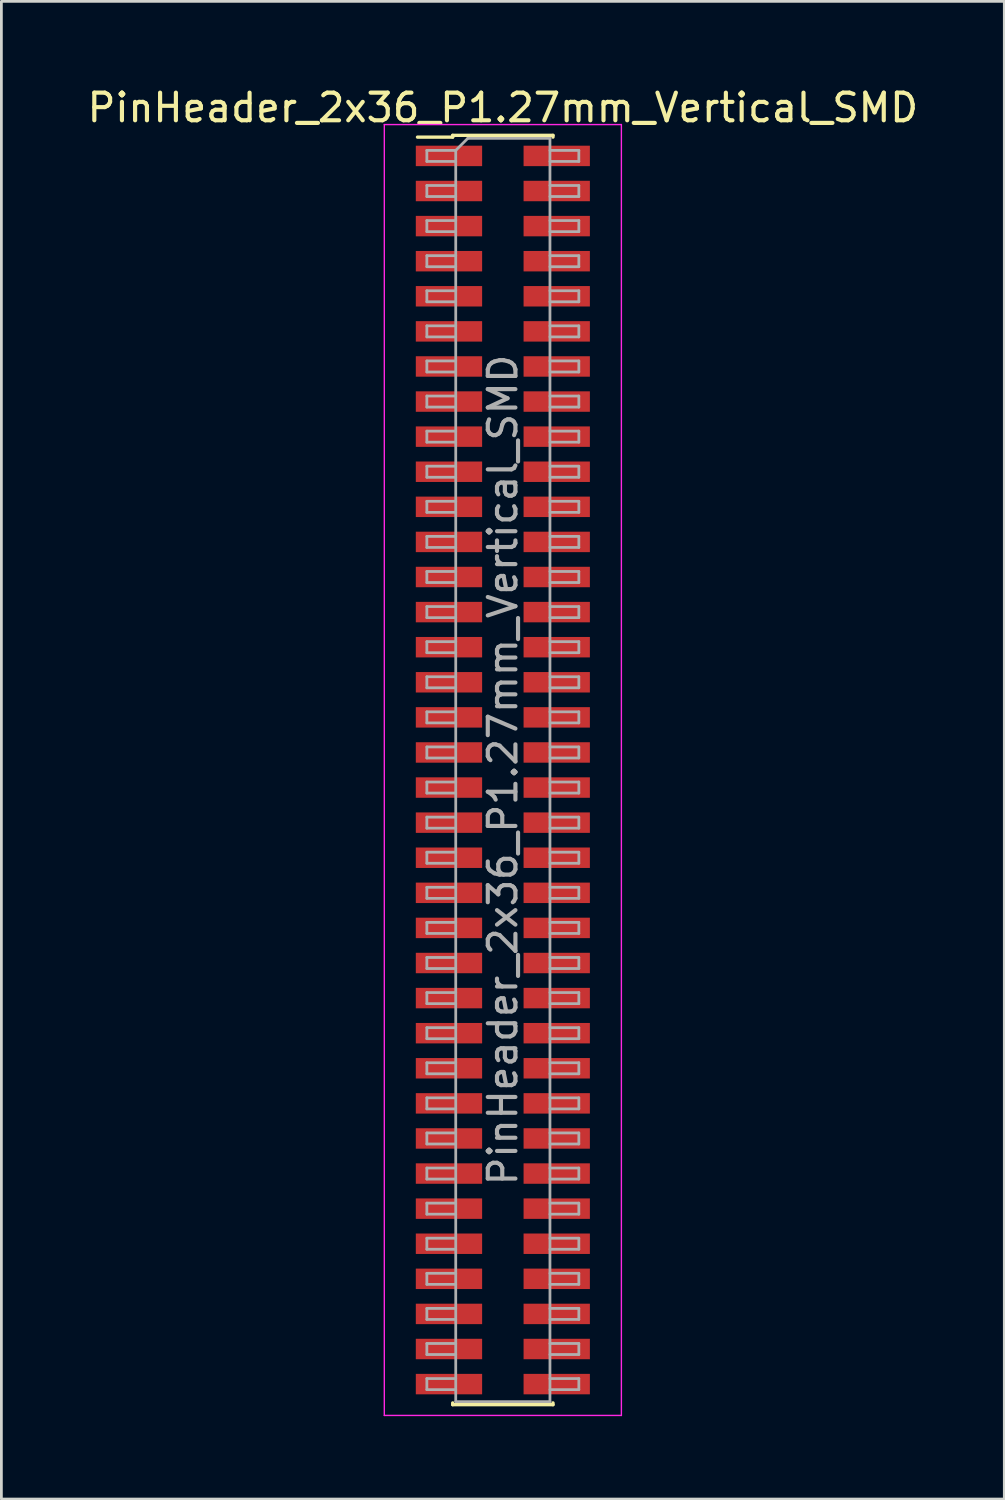
<source format=kicad_pcb>
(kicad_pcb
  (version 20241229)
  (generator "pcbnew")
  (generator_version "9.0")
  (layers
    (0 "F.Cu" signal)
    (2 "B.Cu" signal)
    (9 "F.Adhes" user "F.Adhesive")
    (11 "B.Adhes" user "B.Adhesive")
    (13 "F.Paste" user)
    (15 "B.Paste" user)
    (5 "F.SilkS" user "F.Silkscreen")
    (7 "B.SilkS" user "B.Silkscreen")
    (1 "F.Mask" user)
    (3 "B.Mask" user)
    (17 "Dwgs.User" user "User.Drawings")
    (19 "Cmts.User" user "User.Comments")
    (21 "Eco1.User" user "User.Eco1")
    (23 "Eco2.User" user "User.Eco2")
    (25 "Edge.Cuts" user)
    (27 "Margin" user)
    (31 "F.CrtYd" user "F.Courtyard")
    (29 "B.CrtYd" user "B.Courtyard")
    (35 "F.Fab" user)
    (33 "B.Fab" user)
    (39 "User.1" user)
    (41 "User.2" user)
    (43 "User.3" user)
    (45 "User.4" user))
  (footprint "PinHeader_2x36_P1.27mm_Vertical_SMD"
    (layer "F.Cu")
    (at 15.149 24.818)
    (property "Reference" "PinHeader_2x36_P1.27mm_Vertical_SMD" (at 0 -23.97 0) (layer "F.SilkS") (effects (font (size 1 1) (thickness 0.15))))
    (attr smd)
    (fp_line (start -3.09 -22.905) (end -1.815 -22.905) (stroke (width 0.12) (type solid)) (layer "F.SilkS"))
    (fp_line (start -1.815 -22.97) (end -1.815 -22.905) (stroke (width 0.12) (type solid)) (layer "F.SilkS"))
    (fp_line (start -1.815 -22.97) (end 1.815 -22.97) (stroke (width 0.12) (type solid)) (layer "F.SilkS"))
    (fp_line (start -1.815 22.905) (end -1.815 22.97) (stroke (width 0.12) (type solid)) (layer "F.SilkS"))
    (fp_line (start -1.815 22.97) (end 1.815 22.97) (stroke (width 0.12) (type solid)) (layer "F.SilkS"))
    (fp_line (start 1.815 -22.97) (end 1.815 -22.905) (stroke (width 0.12) (type solid)) (layer "F.SilkS"))
    (fp_line (start 1.815 22.905) (end 1.815 22.97) (stroke (width 0.12) (type solid)) (layer "F.SilkS"))
    (fp_line (start -4.29 -23.36) (end -4.29 23.36) (stroke (width 0.05) (type solid)) (layer "F.CrtYd"))
    (fp_line (start -4.29 23.36) (end 4.29 23.36) (stroke (width 0.05) (type solid)) (layer "F.CrtYd"))
    (fp_line (start 4.29 -23.36) (end -4.29 -23.36) (stroke (width 0.05) (type solid)) (layer "F.CrtYd"))
    (fp_line (start 4.29 23.36) (end 4.29 -23.36) (stroke (width 0.05) (type solid)) (layer "F.CrtYd"))
    (fp_line (start -2.75 -22.425) (end -2.75 -22.025) (stroke (width 0.1) (type solid)) (layer "F.Fab"))
    (fp_line (start -2.75 -22.025) (end -1.705 -22.025) (stroke (width 0.1) (type solid)) (layer "F.Fab"))
    (fp_line (start -2.75 -21.155) (end -2.75 -20.755) (stroke (width 0.1) (type solid)) (layer "F.Fab"))
    (fp_line (start -2.75 -20.755) (end -1.705 -20.755) (stroke (width 0.1) (type solid)) (layer "F.Fab"))
    (fp_line (start -2.75 -19.885) (end -2.75 -19.485) (stroke (width 0.1) (type solid)) (layer "F.Fab"))
    (fp_line (start -2.75 -19.485) (end -1.705 -19.485) (stroke (width 0.1) (type solid)) (layer "F.Fab"))
    (fp_line (start -2.75 -18.615) (end -2.75 -18.215) (stroke (width 0.1) (type solid)) (layer "F.Fab"))
    (fp_line (start -2.75 -18.215) (end -1.705 -18.215) (stroke (width 0.1) (type solid)) (layer "F.Fab"))
    (fp_line (start -2.75 -17.345) (end -2.75 -16.945) (stroke (width 0.1) (type solid)) (layer "F.Fab"))
    (fp_line (start -2.75 -16.945) (end -1.705 -16.945) (stroke (width 0.1) (type solid)) (layer "F.Fab"))
    (fp_line (start -2.75 -16.075) (end -2.75 -15.675) (stroke (width 0.1) (type solid)) (layer "F.Fab"))
    (fp_line (start -2.75 -15.675) (end -1.705 -15.675) (stroke (width 0.1) (type solid)) (layer "F.Fab"))
    (fp_line (start -2.75 -14.805) (end -2.75 -14.405) (stroke (width 0.1) (type solid)) (layer "F.Fab"))
    (fp_line (start -2.75 -14.405) (end -1.705 -14.405) (stroke (width 0.1) (type solid)) (layer "F.Fab"))
    (fp_line (start -2.75 -13.535) (end -2.75 -13.135) (stroke (width 0.1) (type solid)) (layer "F.Fab"))
    (fp_line (start -2.75 -13.135) (end -1.705 -13.135) (stroke (width 0.1) (type solid)) (layer "F.Fab"))
    (fp_line (start -2.75 -12.265) (end -2.75 -11.865) (stroke (width 0.1) (type solid)) (layer "F.Fab"))
    (fp_line (start -2.75 -11.865) (end -1.705 -11.865) (stroke (width 0.1) (type solid)) (layer "F.Fab"))
    (fp_line (start -2.75 -10.995) (end -2.75 -10.595) (stroke (width 0.1) (type solid)) (layer "F.Fab"))
    (fp_line (start -2.75 -10.595) (end -1.705 -10.595) (stroke (width 0.1) (type solid)) (layer "F.Fab"))
    (fp_line (start -2.75 -9.725) (end -2.75 -9.325) (stroke (width 0.1) (type solid)) (layer "F.Fab"))
    (fp_line (start -2.75 -9.325) (end -1.705 -9.325) (stroke (width 0.1) (type solid)) (layer "F.Fab"))
    (fp_line (start -2.75 -8.455) (end -2.75 -8.055) (stroke (width 0.1) (type solid)) (layer "F.Fab"))
    (fp_line (start -2.75 -8.055) (end -1.705 -8.055) (stroke (width 0.1) (type solid)) (layer "F.Fab"))
    (fp_line (start -2.75 -7.185) (end -2.75 -6.785) (stroke (width 0.1) (type solid)) (layer "F.Fab"))
    (fp_line (start -2.75 -6.785) (end -1.705 -6.785) (stroke (width 0.1) (type solid)) (layer "F.Fab"))
    (fp_line (start -2.75 -5.915) (end -2.75 -5.515) (stroke (width 0.1) (type solid)) (layer "F.Fab"))
    (fp_line (start -2.75 -5.515) (end -1.705 -5.515) (stroke (width 0.1) (type solid)) (layer "F.Fab"))
    (fp_line (start -2.75 -4.645) (end -2.75 -4.245) (stroke (width 0.1) (type solid)) (layer "F.Fab"))
    (fp_line (start -2.75 -4.245) (end -1.705 -4.245) (stroke (width 0.1) (type solid)) (layer "F.Fab"))
    (fp_line (start -2.75 -3.375) (end -2.75 -2.975) (stroke (width 0.1) (type solid)) (layer "F.Fab"))
    (fp_line (start -2.75 -2.975) (end -1.705 -2.975) (stroke (width 0.1) (type solid)) (layer "F.Fab"))
    (fp_line (start -2.75 -2.105) (end -2.75 -1.705) (stroke (width 0.1) (type solid)) (layer "F.Fab"))
    (fp_line (start -2.75 -1.705) (end -1.705 -1.705) (stroke (width 0.1) (type solid)) (layer "F.Fab"))
    (fp_line (start -2.75 -0.835) (end -2.75 -0.435) (stroke (width 0.1) (type solid)) (layer "F.Fab"))
    (fp_line (start -2.75 -0.435) (end -1.705 -0.435) (stroke (width 0.1) (type solid)) (layer "F.Fab"))
    (fp_line (start -2.75 0.435) (end -2.75 0.835) (stroke (width 0.1) (type solid)) (layer "F.Fab"))
    (fp_line (start -2.75 0.835) (end -1.705 0.835) (stroke (width 0.1) (type solid)) (layer "F.Fab"))
    (fp_line (start -2.75 1.705) (end -2.75 2.105) (stroke (width 0.1) (type solid)) (layer "F.Fab"))
    (fp_line (start -2.75 2.105) (end -1.705 2.105) (stroke (width 0.1) (type solid)) (layer "F.Fab"))
    (fp_line (start -2.75 2.975) (end -2.75 3.375) (stroke (width 0.1) (type solid)) (layer "F.Fab"))
    (fp_line (start -2.75 3.375) (end -1.705 3.375) (stroke (width 0.1) (type solid)) (layer "F.Fab"))
    (fp_line (start -2.75 4.245) (end -2.75 4.645) (stroke (width 0.1) (type solid)) (layer "F.Fab"))
    (fp_line (start -2.75 4.645) (end -1.705 4.645) (stroke (width 0.1) (type solid)) (layer "F.Fab"))
    (fp_line (start -2.75 5.515) (end -2.75 5.915) (stroke (width 0.1) (type solid)) (layer "F.Fab"))
    (fp_line (start -2.75 5.915) (end -1.705 5.915) (stroke (width 0.1) (type solid)) (layer "F.Fab"))
    (fp_line (start -2.75 6.785) (end -2.75 7.185) (stroke (width 0.1) (type solid)) (layer "F.Fab"))
    (fp_line (start -2.75 7.185) (end -1.705 7.185) (stroke (width 0.1) (type solid)) (layer "F.Fab"))
    (fp_line (start -2.75 8.055) (end -2.75 8.455) (stroke (width 0.1) (type solid)) (layer "F.Fab"))
    (fp_line (start -2.75 8.455) (end -1.705 8.455) (stroke (width 0.1) (type solid)) (layer "F.Fab"))
    (fp_line (start -2.75 9.325) (end -2.75 9.725) (stroke (width 0.1) (type solid)) (layer "F.Fab"))
    (fp_line (start -2.75 9.725) (end -1.705 9.725) (stroke (width 0.1) (type solid)) (layer "F.Fab"))
    (fp_line (start -2.75 10.595) (end -2.75 10.995) (stroke (width 0.1) (type solid)) (layer "F.Fab"))
    (fp_line (start -2.75 10.995) (end -1.705 10.995) (stroke (width 0.1) (type solid)) (layer "F.Fab"))
    (fp_line (start -2.75 11.865) (end -2.75 12.265) (stroke (width 0.1) (type solid)) (layer "F.Fab"))
    (fp_line (start -2.75 12.265) (end -1.705 12.265) (stroke (width 0.1) (type solid)) (layer "F.Fab"))
    (fp_line (start -2.75 13.135) (end -2.75 13.535) (stroke (width 0.1) (type solid)) (layer "F.Fab"))
    (fp_line (start -2.75 13.535) (end -1.705 13.535) (stroke (width 0.1) (type solid)) (layer "F.Fab"))
    (fp_line (start -2.75 14.405) (end -2.75 14.805) (stroke (width 0.1) (type solid)) (layer "F.Fab"))
    (fp_line (start -2.75 14.805) (end -1.705 14.805) (stroke (width 0.1) (type solid)) (layer "F.Fab"))
    (fp_line (start -2.75 15.675) (end -2.75 16.075) (stroke (width 0.1) (type solid)) (layer "F.Fab"))
    (fp_line (start -2.75 16.075) (end -1.705 16.075) (stroke (width 0.1) (type solid)) (layer "F.Fab"))
    (fp_line (start -2.75 16.945) (end -2.75 17.345) (stroke (width 0.1) (type solid)) (layer "F.Fab"))
    (fp_line (start -2.75 17.345) (end -1.705 17.345) (stroke (width 0.1) (type solid)) (layer "F.Fab"))
    (fp_line (start -2.75 18.215) (end -2.75 18.615) (stroke (width 0.1) (type solid)) (layer "F.Fab"))
    (fp_line (start -2.75 18.615) (end -1.705 18.615) (stroke (width 0.1) (type solid)) (layer "F.Fab"))
    (fp_line (start -2.75 19.485) (end -2.75 19.885) (stroke (width 0.1) (type solid)) (layer "F.Fab"))
    (fp_line (start -2.75 19.885) (end -1.705 19.885) (stroke (width 0.1) (type solid)) (layer "F.Fab"))
    (fp_line (start -2.75 20.755) (end -2.75 21.155) (stroke (width 0.1) (type solid)) (layer "F.Fab"))
    (fp_line (start -2.75 21.155) (end -1.705 21.155) (stroke (width 0.1) (type solid)) (layer "F.Fab"))
    (fp_line (start -2.75 22.025) (end -2.75 22.425) (stroke (width 0.1) (type solid)) (layer "F.Fab"))
    (fp_line (start -2.75 22.425) (end -1.705 22.425) (stroke (width 0.1) (type solid)) (layer "F.Fab"))
    (fp_line (start -1.705 -22.425) (end -2.75 -22.425) (stroke (width 0.1) (type solid)) (layer "F.Fab"))
    (fp_line (start -1.705 -22.425) (end -1.27 -22.86) (stroke (width 0.1) (type solid)) (layer "F.Fab"))
    (fp_line (start -1.705 -21.155) (end -2.75 -21.155) (stroke (width 0.1) (type solid)) (layer "F.Fab"))
    (fp_line (start -1.705 -19.885) (end -2.75 -19.885) (stroke (width 0.1) (type solid)) (layer "F.Fab"))
    (fp_line (start -1.705 -18.615) (end -2.75 -18.615) (stroke (width 0.1) (type solid)) (layer "F.Fab"))
    (fp_line (start -1.705 -17.345) (end -2.75 -17.345) (stroke (width 0.1) (type solid)) (layer "F.Fab"))
    (fp_line (start -1.705 -16.075) (end -2.75 -16.075) (stroke (width 0.1) (type solid)) (layer "F.Fab"))
    (fp_line (start -1.705 -14.805) (end -2.75 -14.805) (stroke (width 0.1) (type solid)) (layer "F.Fab"))
    (fp_line (start -1.705 -13.535) (end -2.75 -13.535) (stroke (width 0.1) (type solid)) (layer "F.Fab"))
    (fp_line (start -1.705 -12.265) (end -2.75 -12.265) (stroke (width 0.1) (type solid)) (layer "F.Fab"))
    (fp_line (start -1.705 -10.995) (end -2.75 -10.995) (stroke (width 0.1) (type solid)) (layer "F.Fab"))
    (fp_line (start -1.705 -9.725) (end -2.75 -9.725) (stroke (width 0.1) (type solid)) (layer "F.Fab"))
    (fp_line (start -1.705 -8.455) (end -2.75 -8.455) (stroke (width 0.1) (type solid)) (layer "F.Fab"))
    (fp_line (start -1.705 -7.185) (end -2.75 -7.185) (stroke (width 0.1) (type solid)) (layer "F.Fab"))
    (fp_line (start -1.705 -5.915) (end -2.75 -5.915) (stroke (width 0.1) (type solid)) (layer "F.Fab"))
    (fp_line (start -1.705 -4.645) (end -2.75 -4.645) (stroke (width 0.1) (type solid)) (layer "F.Fab"))
    (fp_line (start -1.705 -3.375) (end -2.75 -3.375) (stroke (width 0.1) (type solid)) (layer "F.Fab"))
    (fp_line (start -1.705 -2.105) (end -2.75 -2.105) (stroke (width 0.1) (type solid)) (layer "F.Fab"))
    (fp_line (start -1.705 -0.835) (end -2.75 -0.835) (stroke (width 0.1) (type solid)) (layer "F.Fab"))
    (fp_line (start -1.705 0.435) (end -2.75 0.435) (stroke (width 0.1) (type solid)) (layer "F.Fab"))
    (fp_line (start -1.705 1.705) (end -2.75 1.705) (stroke (width 0.1) (type solid)) (layer "F.Fab"))
    (fp_line (start -1.705 2.975) (end -2.75 2.975) (stroke (width 0.1) (type solid)) (layer "F.Fab"))
    (fp_line (start -1.705 4.245) (end -2.75 4.245) (stroke (width 0.1) (type solid)) (layer "F.Fab"))
    (fp_line (start -1.705 5.515) (end -2.75 5.515) (stroke (width 0.1) (type solid)) (layer "F.Fab"))
    (fp_line (start -1.705 6.785) (end -2.75 6.785) (stroke (width 0.1) (type solid)) (layer "F.Fab"))
    (fp_line (start -1.705 8.055) (end -2.75 8.055) (stroke (width 0.1) (type solid)) (layer "F.Fab"))
    (fp_line (start -1.705 9.325) (end -2.75 9.325) (stroke (width 0.1) (type solid)) (layer "F.Fab"))
    (fp_line (start -1.705 10.595) (end -2.75 10.595) (stroke (width 0.1) (type solid)) (layer "F.Fab"))
    (fp_line (start -1.705 11.865) (end -2.75 11.865) (stroke (width 0.1) (type solid)) (layer "F.Fab"))
    (fp_line (start -1.705 13.135) (end -2.75 13.135) (stroke (width 0.1) (type solid)) (layer "F.Fab"))
    (fp_line (start -1.705 14.405) (end -2.75 14.405) (stroke (width 0.1) (type solid)) (layer "F.Fab"))
    (fp_line (start -1.705 15.675) (end -2.75 15.675) (stroke (width 0.1) (type solid)) (layer "F.Fab"))
    (fp_line (start -1.705 16.945) (end -2.75 16.945) (stroke (width 0.1) (type solid)) (layer "F.Fab"))
    (fp_line (start -1.705 18.215) (end -2.75 18.215) (stroke (width 0.1) (type solid)) (layer "F.Fab"))
    (fp_line (start -1.705 19.485) (end -2.75 19.485) (stroke (width 0.1) (type solid)) (layer "F.Fab"))
    (fp_line (start -1.705 20.755) (end -2.75 20.755) (stroke (width 0.1) (type solid)) (layer "F.Fab"))
    (fp_line (start -1.705 22.025) (end -2.75 22.025) (stroke (width 0.1) (type solid)) (layer "F.Fab"))
    (fp_line (start -1.705 22.86) (end -1.705 -22.425) (stroke (width 0.1) (type solid)) (layer "F.Fab"))
    (fp_line (start -1.27 -22.86) (end 1.705 -22.86) (stroke (width 0.1) (type solid)) (layer "F.Fab"))
    (fp_line (start 1.705 -22.86) (end 1.705 22.86) (stroke (width 0.1) (type solid)) (layer "F.Fab"))
    (fp_line (start 1.705 -22.425) (end 2.75 -22.425) (stroke (width 0.1) (type solid)) (layer "F.Fab"))
    (fp_line (start 1.705 -21.155) (end 2.75 -21.155) (stroke (width 0.1) (type solid)) (layer "F.Fab"))
    (fp_line (start 1.705 -19.885) (end 2.75 -19.885) (stroke (width 0.1) (type solid)) (layer "F.Fab"))
    (fp_line (start 1.705 -18.615) (end 2.75 -18.615) (stroke (width 0.1) (type solid)) (layer "F.Fab"))
    (fp_line (start 1.705 -17.345) (end 2.75 -17.345) (stroke (width 0.1) (type solid)) (layer "F.Fab"))
    (fp_line (start 1.705 -16.075) (end 2.75 -16.075) (stroke (width 0.1) (type solid)) (layer "F.Fab"))
    (fp_line (start 1.705 -14.805) (end 2.75 -14.805) (stroke (width 0.1) (type solid)) (layer "F.Fab"))
    (fp_line (start 1.705 -13.535) (end 2.75 -13.535) (stroke (width 0.1) (type solid)) (layer "F.Fab"))
    (fp_line (start 1.705 -12.265) (end 2.75 -12.265) (stroke (width 0.1) (type solid)) (layer "F.Fab"))
    (fp_line (start 1.705 -10.995) (end 2.75 -10.995) (stroke (width 0.1) (type solid)) (layer "F.Fab"))
    (fp_line (start 1.705 -9.725) (end 2.75 -9.725) (stroke (width 0.1) (type solid)) (layer "F.Fab"))
    (fp_line (start 1.705 -8.455) (end 2.75 -8.455) (stroke (width 0.1) (type solid)) (layer "F.Fab"))
    (fp_line (start 1.705 -7.185) (end 2.75 -7.185) (stroke (width 0.1) (type solid)) (layer "F.Fab"))
    (fp_line (start 1.705 -5.915) (end 2.75 -5.915) (stroke (width 0.1) (type solid)) (layer "F.Fab"))
    (fp_line (start 1.705 -4.645) (end 2.75 -4.645) (stroke (width 0.1) (type solid)) (layer "F.Fab"))
    (fp_line (start 1.705 -3.375) (end 2.75 -3.375) (stroke (width 0.1) (type solid)) (layer "F.Fab"))
    (fp_line (start 1.705 -2.105) (end 2.75 -2.105) (stroke (width 0.1) (type solid)) (layer "F.Fab"))
    (fp_line (start 1.705 -0.835) (end 2.75 -0.835) (stroke (width 0.1) (type solid)) (layer "F.Fab"))
    (fp_line (start 1.705 0.435) (end 2.75 0.435) (stroke (width 0.1) (type solid)) (layer "F.Fab"))
    (fp_line (start 1.705 1.705) (end 2.75 1.705) (stroke (width 0.1) (type solid)) (layer "F.Fab"))
    (fp_line (start 1.705 2.975) (end 2.75 2.975) (stroke (width 0.1) (type solid)) (layer "F.Fab"))
    (fp_line (start 1.705 4.245) (end 2.75 4.245) (stroke (width 0.1) (type solid)) (layer "F.Fab"))
    (fp_line (start 1.705 5.515) (end 2.75 5.515) (stroke (width 0.1) (type solid)) (layer "F.Fab"))
    (fp_line (start 1.705 6.785) (end 2.75 6.785) (stroke (width 0.1) (type solid)) (layer "F.Fab"))
    (fp_line (start 1.705 8.055) (end 2.75 8.055) (stroke (width 0.1) (type solid)) (layer "F.Fab"))
    (fp_line (start 1.705 9.325) (end 2.75 9.325) (stroke (width 0.1) (type solid)) (layer "F.Fab"))
    (fp_line (start 1.705 10.595) (end 2.75 10.595) (stroke (width 0.1) (type solid)) (layer "F.Fab"))
    (fp_line (start 1.705 11.865) (end 2.75 11.865) (stroke (width 0.1) (type solid)) (layer "F.Fab"))
    (fp_line (start 1.705 13.135) (end 2.75 13.135) (stroke (width 0.1) (type solid)) (layer "F.Fab"))
    (fp_line (start 1.705 14.405) (end 2.75 14.405) (stroke (width 0.1) (type solid)) (layer "F.Fab"))
    (fp_line (start 1.705 15.675) (end 2.75 15.675) (stroke (width 0.1) (type solid)) (layer "F.Fab"))
    (fp_line (start 1.705 16.945) (end 2.75 16.945) (stroke (width 0.1) (type solid)) (layer "F.Fab"))
    (fp_line (start 1.705 18.215) (end 2.75 18.215) (stroke (width 0.1) (type solid)) (layer "F.Fab"))
    (fp_line (start 1.705 19.485) (end 2.75 19.485) (stroke (width 0.1) (type solid)) (layer "F.Fab"))
    (fp_line (start 1.705 20.755) (end 2.75 20.755) (stroke (width 0.1) (type solid)) (layer "F.Fab"))
    (fp_line (start 1.705 22.025) (end 2.75 22.025) (stroke (width 0.1) (type solid)) (layer "F.Fab"))
    (fp_line (start 1.705 22.86) (end -1.705 22.86) (stroke (width 0.1) (type solid)) (layer "F.Fab"))
    (fp_line (start 2.75 -22.425) (end 2.75 -22.025) (stroke (width 0.1) (type solid)) (layer "F.Fab"))
    (fp_line (start 2.75 -22.025) (end 1.705 -22.025) (stroke (width 0.1) (type solid)) (layer "F.Fab"))
    (fp_line (start 2.75 -21.155) (end 2.75 -20.755) (stroke (width 0.1) (type solid)) (layer "F.Fab"))
    (fp_line (start 2.75 -20.755) (end 1.705 -20.755) (stroke (width 0.1) (type solid)) (layer "F.Fab"))
    (fp_line (start 2.75 -19.885) (end 2.75 -19.485) (stroke (width 0.1) (type solid)) (layer "F.Fab"))
    (fp_line (start 2.75 -19.485) (end 1.705 -19.485) (stroke (width 0.1) (type solid)) (layer "F.Fab"))
    (fp_line (start 2.75 -18.615) (end 2.75 -18.215) (stroke (width 0.1) (type solid)) (layer "F.Fab"))
    (fp_line (start 2.75 -18.215) (end 1.705 -18.215) (stroke (width 0.1) (type solid)) (layer "F.Fab"))
    (fp_line (start 2.75 -17.345) (end 2.75 -16.945) (stroke (width 0.1) (type solid)) (layer "F.Fab"))
    (fp_line (start 2.75 -16.945) (end 1.705 -16.945) (stroke (width 0.1) (type solid)) (layer "F.Fab"))
    (fp_line (start 2.75 -16.075) (end 2.75 -15.675) (stroke (width 0.1) (type solid)) (layer "F.Fab"))
    (fp_line (start 2.75 -15.675) (end 1.705 -15.675) (stroke (width 0.1) (type solid)) (layer "F.Fab"))
    (fp_line (start 2.75 -14.805) (end 2.75 -14.405) (stroke (width 0.1) (type solid)) (layer "F.Fab"))
    (fp_line (start 2.75 -14.405) (end 1.705 -14.405) (stroke (width 0.1) (type solid)) (layer "F.Fab"))
    (fp_line (start 2.75 -13.535) (end 2.75 -13.135) (stroke (width 0.1) (type solid)) (layer "F.Fab"))
    (fp_line (start 2.75 -13.135) (end 1.705 -13.135) (stroke (width 0.1) (type solid)) (layer "F.Fab"))
    (fp_line (start 2.75 -12.265) (end 2.75 -11.865) (stroke (width 0.1) (type solid)) (layer "F.Fab"))
    (fp_line (start 2.75 -11.865) (end 1.705 -11.865) (stroke (width 0.1) (type solid)) (layer "F.Fab"))
    (fp_line (start 2.75 -10.995) (end 2.75 -10.595) (stroke (width 0.1) (type solid)) (layer "F.Fab"))
    (fp_line (start 2.75 -10.595) (end 1.705 -10.595) (stroke (width 0.1) (type solid)) (layer "F.Fab"))
    (fp_line (start 2.75 -9.725) (end 2.75 -9.325) (stroke (width 0.1) (type solid)) (layer "F.Fab"))
    (fp_line (start 2.75 -9.325) (end 1.705 -9.325) (stroke (width 0.1) (type solid)) (layer "F.Fab"))
    (fp_line (start 2.75 -8.455) (end 2.75 -8.055) (stroke (width 0.1) (type solid)) (layer "F.Fab"))
    (fp_line (start 2.75 -8.055) (end 1.705 -8.055) (stroke (width 0.1) (type solid)) (layer "F.Fab"))
    (fp_line (start 2.75 -7.185) (end 2.75 -6.785) (stroke (width 0.1) (type solid)) (layer "F.Fab"))
    (fp_line (start 2.75 -6.785) (end 1.705 -6.785) (stroke (width 0.1) (type solid)) (layer "F.Fab"))
    (fp_line (start 2.75 -5.915) (end 2.75 -5.515) (stroke (width 0.1) (type solid)) (layer "F.Fab"))
    (fp_line (start 2.75 -5.515) (end 1.705 -5.515) (stroke (width 0.1) (type solid)) (layer "F.Fab"))
    (fp_line (start 2.75 -4.645) (end 2.75 -4.245) (stroke (width 0.1) (type solid)) (layer "F.Fab"))
    (fp_line (start 2.75 -4.245) (end 1.705 -4.245) (stroke (width 0.1) (type solid)) (layer "F.Fab"))
    (fp_line (start 2.75 -3.375) (end 2.75 -2.975) (stroke (width 0.1) (type solid)) (layer "F.Fab"))
    (fp_line (start 2.75 -2.975) (end 1.705 -2.975) (stroke (width 0.1) (type solid)) (layer "F.Fab"))
    (fp_line (start 2.75 -2.105) (end 2.75 -1.705) (stroke (width 0.1) (type solid)) (layer "F.Fab"))
    (fp_line (start 2.75 -1.705) (end 1.705 -1.705) (stroke (width 0.1) (type solid)) (layer "F.Fab"))
    (fp_line (start 2.75 -0.835) (end 2.75 -0.435) (stroke (width 0.1) (type solid)) (layer "F.Fab"))
    (fp_line (start 2.75 -0.435) (end 1.705 -0.435) (stroke (width 0.1) (type solid)) (layer "F.Fab"))
    (fp_line (start 2.75 0.435) (end 2.75 0.835) (stroke (width 0.1) (type solid)) (layer "F.Fab"))
    (fp_line (start 2.75 0.835) (end 1.705 0.835) (stroke (width 0.1) (type solid)) (layer "F.Fab"))
    (fp_line (start 2.75 1.705) (end 2.75 2.105) (stroke (width 0.1) (type solid)) (layer "F.Fab"))
    (fp_line (start 2.75 2.105) (end 1.705 2.105) (stroke (width 0.1) (type solid)) (layer "F.Fab"))
    (fp_line (start 2.75 2.975) (end 2.75 3.375) (stroke (width 0.1) (type solid)) (layer "F.Fab"))
    (fp_line (start 2.75 3.375) (end 1.705 3.375) (stroke (width 0.1) (type solid)) (layer "F.Fab"))
    (fp_line (start 2.75 4.245) (end 2.75 4.645) (stroke (width 0.1) (type solid)) (layer "F.Fab"))
    (fp_line (start 2.75 4.645) (end 1.705 4.645) (stroke (width 0.1) (type solid)) (layer "F.Fab"))
    (fp_line (start 2.75 5.515) (end 2.75 5.915) (stroke (width 0.1) (type solid)) (layer "F.Fab"))
    (fp_line (start 2.75 5.915) (end 1.705 5.915) (stroke (width 0.1) (type solid)) (layer "F.Fab"))
    (fp_line (start 2.75 6.785) (end 2.75 7.185) (stroke (width 0.1) (type solid)) (layer "F.Fab"))
    (fp_line (start 2.75 7.185) (end 1.705 7.185) (stroke (width 0.1) (type solid)) (layer "F.Fab"))
    (fp_line (start 2.75 8.055) (end 2.75 8.455) (stroke (width 0.1) (type solid)) (layer "F.Fab"))
    (fp_line (start 2.75 8.455) (end 1.705 8.455) (stroke (width 0.1) (type solid)) (layer "F.Fab"))
    (fp_line (start 2.75 9.325) (end 2.75 9.725) (stroke (width 0.1) (type solid)) (layer "F.Fab"))
    (fp_line (start 2.75 9.725) (end 1.705 9.725) (stroke (width 0.1) (type solid)) (layer "F.Fab"))
    (fp_line (start 2.75 10.595) (end 2.75 10.995) (stroke (width 0.1) (type solid)) (layer "F.Fab"))
    (fp_line (start 2.75 10.995) (end 1.705 10.995) (stroke (width 0.1) (type solid)) (layer "F.Fab"))
    (fp_line (start 2.75 11.865) (end 2.75 12.265) (stroke (width 0.1) (type solid)) (layer "F.Fab"))
    (fp_line (start 2.75 12.265) (end 1.705 12.265) (stroke (width 0.1) (type solid)) (layer "F.Fab"))
    (fp_line (start 2.75 13.135) (end 2.75 13.535) (stroke (width 0.1) (type solid)) (layer "F.Fab"))
    (fp_line (start 2.75 13.535) (end 1.705 13.535) (stroke (width 0.1) (type solid)) (layer "F.Fab"))
    (fp_line (start 2.75 14.405) (end 2.75 14.805) (stroke (width 0.1) (type solid)) (layer "F.Fab"))
    (fp_line (start 2.75 14.805) (end 1.705 14.805) (stroke (width 0.1) (type solid)) (layer "F.Fab"))
    (fp_line (start 2.75 15.675) (end 2.75 16.075) (stroke (width 0.1) (type solid)) (layer "F.Fab"))
    (fp_line (start 2.75 16.075) (end 1.705 16.075) (stroke (width 0.1) (type solid)) (layer "F.Fab"))
    (fp_line (start 2.75 16.945) (end 2.75 17.345) (stroke (width 0.1) (type solid)) (layer "F.Fab"))
    (fp_line (start 2.75 17.345) (end 1.705 17.345) (stroke (width 0.1) (type solid)) (layer "F.Fab"))
    (fp_line (start 2.75 18.215) (end 2.75 18.615) (stroke (width 0.1) (type solid)) (layer "F.Fab"))
    (fp_line (start 2.75 18.615) (end 1.705 18.615) (stroke (width 0.1) (type solid)) (layer "F.Fab"))
    (fp_line (start 2.75 19.485) (end 2.75 19.885) (stroke (width 0.1) (type solid)) (layer "F.Fab"))
    (fp_line (start 2.75 19.885) (end 1.705 19.885) (stroke (width 0.1) (type solid)) (layer "F.Fab"))
    (fp_line (start 2.75 20.755) (end 2.75 21.155) (stroke (width 0.1) (type solid)) (layer "F.Fab"))
    (fp_line (start 2.75 21.155) (end 1.705 21.155) (stroke (width 0.1) (type solid)) (layer "F.Fab"))
    (fp_line (start 2.75 22.025) (end 2.75 22.425) (stroke (width 0.1) (type solid)) (layer "F.Fab"))
    (fp_line (start 2.75 22.425) (end 1.705 22.425) (stroke (width 0.1) (type solid)) (layer "F.Fab"))
    (fp_text user "${REFERENCE}" (at 0 0 90) (layer "F.Fab") (effects (font (size 1 1) (thickness 0.15))))
    (pad "1" smd rect (at -1.95 -22.225) (size 2.4 0.74) (layers "F.Cu" "F.Mask" "F.Paste"))
    (pad "2" smd rect (at 1.95 -22.225) (size 2.4 0.74) (layers "F.Cu" "F.Mask" "F.Paste"))
    (pad "3" smd rect (at -1.95 -20.955) (size 2.4 0.74) (layers "F.Cu" "F.Mask" "F.Paste"))
    (pad "4" smd rect (at 1.95 -20.955) (size 2.4 0.74) (layers "F.Cu" "F.Mask" "F.Paste"))
    (pad "5" smd rect (at -1.95 -19.685) (size 2.4 0.74) (layers "F.Cu" "F.Mask" "F.Paste"))
    (pad "6" smd rect (at 1.95 -19.685) (size 2.4 0.74) (layers "F.Cu" "F.Mask" "F.Paste"))
    (pad "7" smd rect (at -1.95 -18.415) (size 2.4 0.74) (layers "F.Cu" "F.Mask" "F.Paste"))
    (pad "8" smd rect (at 1.95 -18.415) (size 2.4 0.74) (layers "F.Cu" "F.Mask" "F.Paste"))
    (pad "9" smd rect (at -1.95 -17.145) (size 2.4 0.74) (layers "F.Cu" "F.Mask" "F.Paste"))
    (pad "10" smd rect (at 1.95 -17.145) (size 2.4 0.74) (layers "F.Cu" "F.Mask" "F.Paste"))
    (pad "11" smd rect (at -1.95 -15.875) (size 2.4 0.74) (layers "F.Cu" "F.Mask" "F.Paste"))
    (pad "12" smd rect (at 1.95 -15.875) (size 2.4 0.74) (layers "F.Cu" "F.Mask" "F.Paste"))
    (pad "13" smd rect (at -1.95 -14.605) (size 2.4 0.74) (layers "F.Cu" "F.Mask" "F.Paste"))
    (pad "14" smd rect (at 1.95 -14.605) (size 2.4 0.74) (layers "F.Cu" "F.Mask" "F.Paste"))
    (pad "15" smd rect (at -1.95 -13.335) (size 2.4 0.74) (layers "F.Cu" "F.Mask" "F.Paste"))
    (pad "16" smd rect (at 1.95 -13.335) (size 2.4 0.74) (layers "F.Cu" "F.Mask" "F.Paste"))
    (pad "17" smd rect (at -1.95 -12.065) (size 2.4 0.74) (layers "F.Cu" "F.Mask" "F.Paste"))
    (pad "18" smd rect (at 1.95 -12.065) (size 2.4 0.74) (layers "F.Cu" "F.Mask" "F.Paste"))
    (pad "19" smd rect (at -1.95 -10.795) (size 2.4 0.74) (layers "F.Cu" "F.Mask" "F.Paste"))
    (pad "20" smd rect (at 1.95 -10.795) (size 2.4 0.74) (layers "F.Cu" "F.Mask" "F.Paste"))
    (pad "21" smd rect (at -1.95 -9.525) (size 2.4 0.74) (layers "F.Cu" "F.Mask" "F.Paste"))
    (pad "22" smd rect (at 1.95 -9.525) (size 2.4 0.74) (layers "F.Cu" "F.Mask" "F.Paste"))
    (pad "23" smd rect (at -1.95 -8.255) (size 2.4 0.74) (layers "F.Cu" "F.Mask" "F.Paste"))
    (pad "24" smd rect (at 1.95 -8.255) (size 2.4 0.74) (layers "F.Cu" "F.Mask" "F.Paste"))
    (pad "25" smd rect (at -1.95 -6.985) (size 2.4 0.74) (layers "F.Cu" "F.Mask" "F.Paste"))
    (pad "26" smd rect (at 1.95 -6.985) (size 2.4 0.74) (layers "F.Cu" "F.Mask" "F.Paste"))
    (pad "27" smd rect (at -1.95 -5.715) (size 2.4 0.74) (layers "F.Cu" "F.Mask" "F.Paste"))
    (pad "28" smd rect (at 1.95 -5.715) (size 2.4 0.74) (layers "F.Cu" "F.Mask" "F.Paste"))
    (pad "29" smd rect (at -1.95 -4.445) (size 2.4 0.74) (layers "F.Cu" "F.Mask" "F.Paste"))
    (pad "30" smd rect (at 1.95 -4.445) (size 2.4 0.74) (layers "F.Cu" "F.Mask" "F.Paste"))
    (pad "31" smd rect (at -1.95 -3.175) (size 2.4 0.74) (layers "F.Cu" "F.Mask" "F.Paste"))
    (pad "32" smd rect (at 1.95 -3.175) (size 2.4 0.74) (layers "F.Cu" "F.Mask" "F.Paste"))
    (pad "33" smd rect (at -1.95 -1.905) (size 2.4 0.74) (layers "F.Cu" "F.Mask" "F.Paste"))
    (pad "34" smd rect (at 1.95 -1.905) (size 2.4 0.74) (layers "F.Cu" "F.Mask" "F.Paste"))
    (pad "35" smd rect (at -1.95 -0.635) (size 2.4 0.74) (layers "F.Cu" "F.Mask" "F.Paste"))
    (pad "36" smd rect (at 1.95 -0.635) (size 2.4 0.74) (layers "F.Cu" "F.Mask" "F.Paste"))
    (pad "37" smd rect (at -1.95 0.635) (size 2.4 0.74) (layers "F.Cu" "F.Mask" "F.Paste"))
    (pad "38" smd rect (at 1.95 0.635) (size 2.4 0.74) (layers "F.Cu" "F.Mask" "F.Paste"))
    (pad "39" smd rect (at -1.95 1.905) (size 2.4 0.74) (layers "F.Cu" "F.Mask" "F.Paste"))
    (pad "40" smd rect (at 1.95 1.905) (size 2.4 0.74) (layers "F.Cu" "F.Mask" "F.Paste"))
    (pad "41" smd rect (at -1.95 3.175) (size 2.4 0.74) (layers "F.Cu" "F.Mask" "F.Paste"))
    (pad "42" smd rect (at 1.95 3.175) (size 2.4 0.74) (layers "F.Cu" "F.Mask" "F.Paste"))
    (pad "43" smd rect (at -1.95 4.445) (size 2.4 0.74) (layers "F.Cu" "F.Mask" "F.Paste"))
    (pad "44" smd rect (at 1.95 4.445) (size 2.4 0.74) (layers "F.Cu" "F.Mask" "F.Paste"))
    (pad "45" smd rect (at -1.95 5.715) (size 2.4 0.74) (layers "F.Cu" "F.Mask" "F.Paste"))
    (pad "46" smd rect (at 1.95 5.715) (size 2.4 0.74) (layers "F.Cu" "F.Mask" "F.Paste"))
    (pad "47" smd rect (at -1.95 6.985) (size 2.4 0.74) (layers "F.Cu" "F.Mask" "F.Paste"))
    (pad "48" smd rect (at 1.95 6.985) (size 2.4 0.74) (layers "F.Cu" "F.Mask" "F.Paste"))
    (pad "49" smd rect (at -1.95 8.255) (size 2.4 0.74) (layers "F.Cu" "F.Mask" "F.Paste"))
    (pad "50" smd rect (at 1.95 8.255) (size 2.4 0.74) (layers "F.Cu" "F.Mask" "F.Paste"))
    (pad "51" smd rect (at -1.95 9.525) (size 2.4 0.74) (layers "F.Cu" "F.Mask" "F.Paste"))
    (pad "52" smd rect (at 1.95 9.525) (size 2.4 0.74) (layers "F.Cu" "F.Mask" "F.Paste"))
    (pad "53" smd rect (at -1.95 10.795) (size 2.4 0.74) (layers "F.Cu" "F.Mask" "F.Paste"))
    (pad "54" smd rect (at 1.95 10.795) (size 2.4 0.74) (layers "F.Cu" "F.Mask" "F.Paste"))
    (pad "55" smd rect (at -1.95 12.065) (size 2.4 0.74) (layers "F.Cu" "F.Mask" "F.Paste"))
    (pad "56" smd rect (at 1.95 12.065) (size 2.4 0.74) (layers "F.Cu" "F.Mask" "F.Paste"))
    (pad "57" smd rect (at -1.95 13.335) (size 2.4 0.74) (layers "F.Cu" "F.Mask" "F.Paste"))
    (pad "58" smd rect (at 1.95 13.335) (size 2.4 0.74) (layers "F.Cu" "F.Mask" "F.Paste"))
    (pad "59" smd rect (at -1.95 14.605) (size 2.4 0.74) (layers "F.Cu" "F.Mask" "F.Paste"))
    (pad "60" smd rect (at 1.95 14.605) (size 2.4 0.74) (layers "F.Cu" "F.Mask" "F.Paste"))
    (pad "61" smd rect (at -1.95 15.875) (size 2.4 0.74) (layers "F.Cu" "F.Mask" "F.Paste"))
    (pad "62" smd rect (at 1.95 15.875) (size 2.4 0.74) (layers "F.Cu" "F.Mask" "F.Paste"))
    (pad "63" smd rect (at -1.95 17.145) (size 2.4 0.74) (layers "F.Cu" "F.Mask" "F.Paste"))
    (pad "64" smd rect (at 1.95 17.145) (size 2.4 0.74) (layers "F.Cu" "F.Mask" "F.Paste"))
    (pad "65" smd rect (at -1.95 18.415) (size 2.4 0.74) (layers "F.Cu" "F.Mask" "F.Paste"))
    (pad "66" smd rect (at 1.95 18.415) (size 2.4 0.74) (layers "F.Cu" "F.Mask" "F.Paste"))
    (pad "67" smd rect (at -1.95 19.685) (size 2.4 0.74) (layers "F.Cu" "F.Mask" "F.Paste"))
    (pad "68" smd rect (at 1.95 19.685) (size 2.4 0.74) (layers "F.Cu" "F.Mask" "F.Paste"))
    (pad "69" smd rect (at -1.95 20.955) (size 2.4 0.74) (layers "F.Cu" "F.Mask" "F.Paste"))
    (pad "70" smd rect (at 1.95 20.955) (size 2.4 0.74) (layers "F.Cu" "F.Mask" "F.Paste"))
    (pad "71" smd rect (at -1.95 22.225) (size 2.4 0.74) (layers "F.Cu" "F.Mask" "F.Paste"))
    (pad "72" smd rect (at 1.95 22.225) (size 2.4 0.74) (layers "F.Cu" "F.Mask" "F.Paste")))
  (gr_rect
    (start -3 -3)
    (end 33.298 51.203)
    (stroke (width 0.1) (type default))
    (fill no)
    (layer "Edge.Cuts")))
</source>
